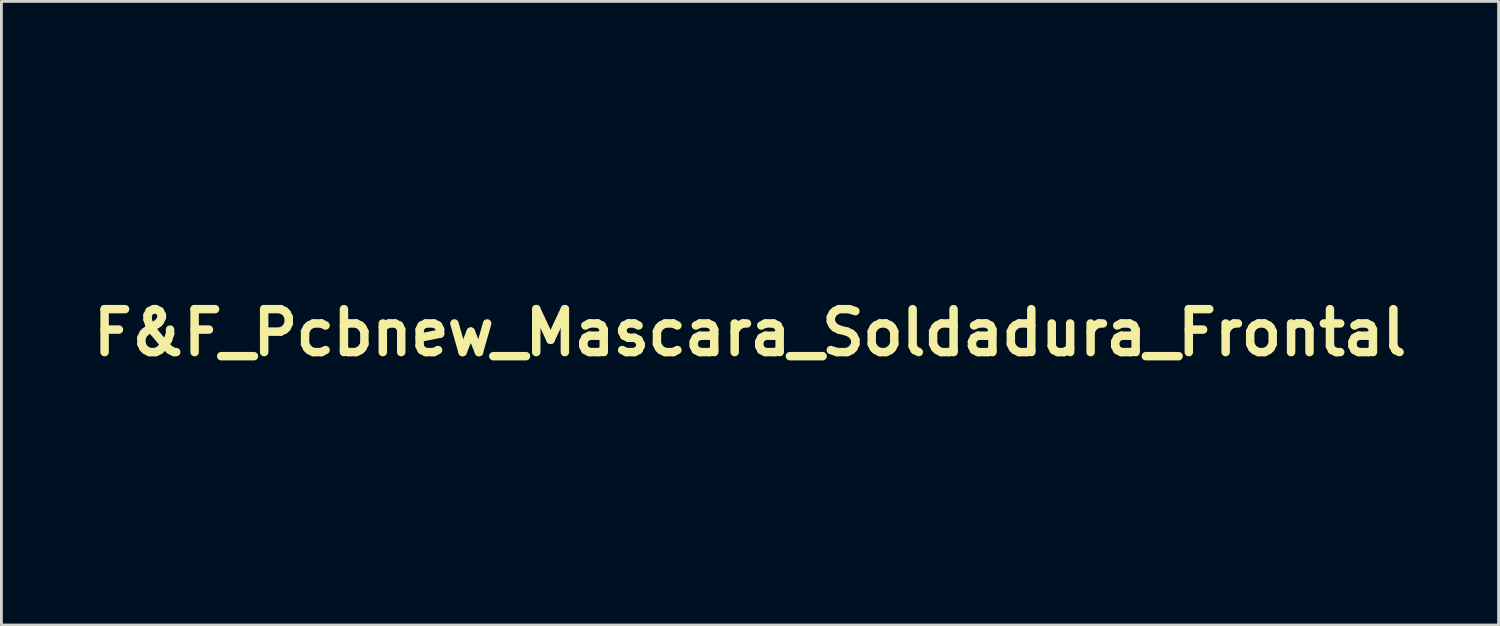
<source format=kicad_pcb>
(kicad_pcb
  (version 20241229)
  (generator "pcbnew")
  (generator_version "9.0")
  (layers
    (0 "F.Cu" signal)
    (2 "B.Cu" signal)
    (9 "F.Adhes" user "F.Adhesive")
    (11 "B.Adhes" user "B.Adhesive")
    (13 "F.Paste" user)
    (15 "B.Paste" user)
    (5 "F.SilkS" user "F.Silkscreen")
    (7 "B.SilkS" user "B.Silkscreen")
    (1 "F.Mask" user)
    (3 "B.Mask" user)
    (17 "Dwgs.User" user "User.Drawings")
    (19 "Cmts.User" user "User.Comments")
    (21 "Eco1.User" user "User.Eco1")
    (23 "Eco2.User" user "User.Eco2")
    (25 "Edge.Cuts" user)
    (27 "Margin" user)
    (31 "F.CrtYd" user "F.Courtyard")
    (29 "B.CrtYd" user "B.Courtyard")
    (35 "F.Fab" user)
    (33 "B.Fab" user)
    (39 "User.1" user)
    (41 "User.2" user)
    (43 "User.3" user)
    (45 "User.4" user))
  (footprint "F&F_Pcbnew_Mascara_Soldadura_Frontal"
    (layer "F.Cu")
    (at 23.557 8.751)
    (property "Reference" "F&F_Pcbnew_Mascara_Soldadura_Frontal" (at 0 0 0) (layer "F.SilkS") (effects (font (size 1.524 1.524) (thickness 0.3))))
    (attr through_hole)
    (fp_poly (pts (xy -1.671 5.907) (xy -1.447 5.915) (xy -1.328 5.937) (xy -1.279 5.98) (xy -1.27 6.05) (xy -1.27 6.064) (xy -1.282 6.155) (xy -1.346 6.203) (xy -1.503 6.22) (xy -1.736 6.223) (xy -2.005 6.229) (xy -2.145 6.252) (xy -2.196 6.305) (xy -2.201 6.35) (xy -2.176 6.429) (xy -2.073 6.467) (xy -1.848 6.477) (xy -1.82 6.477) (xy -1.585 6.484) (xy -1.474 6.516) (xy -1.441 6.593) (xy -1.439 6.636) (xy -1.455 6.734) (xy -1.533 6.78) (xy -1.718 6.794) (xy -1.82 6.795) (xy -2.201 6.795) (xy -2.201 7.08) (xy -2.208 7.256) (xy -2.251 7.339) (xy -2.366 7.364) (xy -2.498 7.366) (xy -2.794 7.366) (xy -2.794 5.905) (xy -2.032 5.905) (xy -1.671 5.907)) (stroke (width 0.01) (type solid)) (fill yes) (layer "F.Mask"))
    (fp_poly (pts (xy 2.477 5.907) (xy 2.701 5.915) (xy 2.821 5.937) (xy 2.869 5.98) (xy 2.879 6.05) (xy 2.879 6.064) (xy 2.867 6.155) (xy 2.803 6.203) (xy 2.646 6.22) (xy 2.413 6.223) (xy 2.144 6.229) (xy 2.004 6.252) (xy 1.952 6.305) (xy 1.947 6.35) (xy 1.972 6.429) (xy 2.076 6.467) (xy 2.301 6.477) (xy 2.328 6.477) (xy 2.563 6.484) (xy 2.675 6.516) (xy 2.708 6.593) (xy 2.709 6.636) (xy 2.694 6.734) (xy 2.616 6.78) (xy 2.431 6.794) (xy 2.328 6.795) (xy 1.947 6.795) (xy 1.947 7.08) (xy 1.941 7.256) (xy 1.898 7.339) (xy 1.783 7.364) (xy 1.651 7.366) (xy 1.355 7.366) (xy 1.355 5.905) (xy 2.117 5.905) (xy 2.477 5.907)) (stroke (width 0.01) (type solid)) (fill yes) (layer "F.Mask"))
    (fp_poly (pts (xy 0.254 5.949) (xy 0.451 6.064) (xy 0.515 6.228) (xy 0.431 6.418) (xy 0.331 6.515) (xy 0.213 6.617) (xy 0.21 6.671) (xy 0.32 6.723) (xy 0.324 6.725) (xy 0.475 6.758) (xy 0.522 6.732) (xy 0.614 6.698) (xy 0.739 6.708) (xy 0.87 6.755) (xy 0.858 6.841) (xy 0.844 6.862) (xy 0.812 6.969) (xy 0.926 7.046) (xy 0.928 7.047) (xy 1.042 7.107) (xy 1.023 7.174) (xy 0.959 7.235) (xy 0.816 7.317) (xy 0.647 7.295) (xy 0.633 7.29) (xy 0.391 7.263) (xy 0.27 7.296) (xy 0.03 7.348) (xy -0.276 7.361) (xy -0.563 7.335) (xy -0.697 7.298) (xy -0.883 7.159) (xy -0.956 6.982) (xy -0.94 6.911) (xy -0.423 6.911) (xy -0.368 7.06) (xy -0.206 7.113) (xy 0.035 7.073) (xy 0.108 7.034) (xy 0.056 6.972) (xy -0.035 6.915) (xy -0.255 6.812) (xy -0.385 6.815) (xy -0.423 6.911) (xy -0.94 6.911) (xy -0.918 6.806) (xy -0.77 6.671) (xy -0.665 6.633) (xy -0.558 6.579) (xy -0.591 6.479) (xy -0.593 6.477) (xy -0.655 6.302) (xy -0.234 6.302) (xy -0.209 6.353) (xy -0.1 6.4) (xy 0.016 6.353) (xy 0.07 6.265) (xy 0.034 6.175) (xy -0.031 6.16) (xy -0.185 6.203) (xy -0.234 6.302) (xy -0.655 6.302) (xy -0.668 6.266) (xy -0.594 6.086) (xy -0.394 5.958) (xy -0.087 5.906) (xy -0.06 5.905) (xy 0.254 5.949)) (stroke (width 0.01) (type solid)) (fill yes) (layer "F.Mask"))
    (fp_poly (pts (xy 0.535 2.072) (xy 0.84 2.215) (xy 0.977 2.302) (xy 1.284 2.505) (xy 1.494 2.633) (xy 1.635 2.695) (xy 1.732 2.702) (xy 1.815 2.665) (xy 1.848 2.642) (xy 1.939 2.536) (xy 1.89 2.428) (xy 1.773 2.345) (xy 1.701 2.334) (xy 1.614 2.306) (xy 1.609 2.286) (xy 1.66 2.226) (xy 1.79 2.255) (xy 1.947 2.349) (xy 2.093 2.528) (xy 2.087 2.711) (xy 1.946 2.879) (xy 1.684 3.014) (xy 1.368 3.088) (xy 1.078 3.1) (xy 0.735 3.075) (xy 0.401 3.02) (xy 0.137 2.945) (xy 0.035 2.893) (xy -0.07 2.835) (xy -0.181 2.85) (xy -0.322 2.922) (xy -0.568 3.006) (xy -0.912 3.064) (xy -1.284 3.089) (xy -1.616 3.076) (xy -1.776 3.045) (xy -2.094 2.901) (xy -2.257 2.716) (xy -2.286 2.572) (xy -2.246 2.405) (xy -2.103 2.308) (xy -2.077 2.299) (xy -1.91 2.272) (xy -1.795 2.3) (xy -1.781 2.366) (xy -1.812 2.396) (xy -1.859 2.386) (xy -1.863 2.362) (xy -1.924 2.318) (xy -1.99 2.327) (xy -2.085 2.411) (xy -2.115 2.548) (xy -2.07 2.67) (xy -2.03 2.699) (xy -1.918 2.692) (xy -1.73 2.633) (xy -1.53 2.549) (xy -1.379 2.464) (xy -1.339 2.426) (xy -1.262 2.361) (xy -1.102 2.252) (xy -1.031 2.207) (xy -0.786 2.094) (xy -0.532 2.037) (xy -0.319 2.041) (xy -0.212 2.096) (xy -0.099 2.125) (xy -0.000428 2.096) (xy 0.264 2.034) (xy 0.535 2.072)) (stroke (width 0.01) (type solid)) (fill yes) (layer "F.Mask"))
    (fp_poly (pts (xy 0.625 -8.459) (xy 0.928 -8.332) (xy 1.171 -8.229) (xy 1.318 -8.165) (xy 1.345 -8.152) (xy 1.336 -8.087) (xy 1.287 -7.924) (xy 1.207 -7.69) (xy 1.105 -7.415) (xy 0.994 -7.123) (xy 0.897 -6.869) (xy 0.827 -6.682) (xy 0.794 -6.594) (xy 0.814 -6.517) (xy 0.956 -6.446) (xy 1.168 -6.386) (xy 1.483 -6.285) (xy 1.867 -6.129) (xy 2.27 -5.941) (xy 2.644 -5.745) (xy 2.939 -5.566) (xy 3.048 -5.483) (xy 3.714 -4.851) (xy 4.223 -4.218) (xy 4.586 -3.568) (xy 4.815 -2.883) (xy 4.871 -2.597) (xy 4.89 -2.366) (xy 4.86 -2.156) (xy 4.767 -1.909) (xy 4.718 -1.803) (xy 4.393 -0.961) (xy 4.227 -0.132) (xy 4.22 0.678) (xy 4.372 1.459) (xy 4.683 2.205) (xy 4.688 2.215) (xy 4.893 2.592) (xy 4.188 3.042) (xy 3.833 3.264) (xy 3.584 3.406) (xy 3.424 3.473) (xy 3.336 3.473) (xy 3.303 3.411) (xy 3.301 3.381) (xy 3.266 3.265) (xy 3.177 3.082) (xy 3.09 2.931) (xy 2.966 2.716) (xy 2.873 2.522) (xy 2.84 2.431) (xy 2.795 2.297) (xy 2.755 2.236) (xy 2.715 2.248) (xy 2.71 2.359) (xy 2.739 2.545) (xy 2.798 2.782) (xy 2.881 3.044) (xy 2.962 3.286) (xy 3.021 3.491) (xy 3.048 3.618) (xy 3.048 3.628) (xy 2.991 3.728) (xy 2.851 3.866) (xy 2.677 4.004) (xy 2.515 4.102) (xy 2.434 4.127) (xy 2.418 4.066) (xy 2.404 3.894) (xy 2.392 3.625) (xy 2.382 3.275) (xy 2.375 2.859) (xy 2.372 2.393) (xy 2.372 2.175) (xy 2.373 0.222) (xy 2.564 0.476) (xy 2.71 0.689) (xy 2.895 0.991) (xy 3.102 1.352) (xy 3.314 1.74) (xy 3.417 1.937) (xy 3.495 2.071) (xy 3.544 2.12) (xy 3.552 2.107) (xy 3.534 1.989) (xy 3.48 1.785) (xy 3.4 1.527) (xy 3.306 1.245) (xy 3.209 0.971) (xy 3.117 0.735) (xy 3.043 0.569) (xy 3.005 0.508) (xy 2.9 0.392) (xy 2.77 0.223) (xy 2.639 0.038) (xy 2.53 -0.129) (xy 2.467 -0.245) (xy 2.463 -0.277) (xy 2.55 -0.318) (xy 2.737 -0.402) (xy 2.902 -0.474) (xy 3.183 -0.608) (xy 3.35 -0.739) (xy 3.446 -0.909) (xy 3.504 -1.143) (xy 3.551 -1.372) (xy 3.599 -1.586) (xy 3.609 -1.631) (xy 3.657 -1.833) (xy 3.205 -1.653) (xy 2.869 -1.518) (xy 2.489 -1.364) (xy 2.258 -1.269) (xy 1.765 -1.065) (xy 1.04 -1.648) (xy 0.452 -2.086) (xy -0.196 -2.513) (xy -0.847 -2.89) (xy -1.228 -3.085) (xy -1.264 -3.089) (xy -1.191 -3.018) (xy -1.023 -2.883) (xy -0.774 -2.697) (xy -0.659 -2.613) (xy -0.358 -2.393) (xy -0.109 -2.203) (xy 0.066 -2.062) (xy 0.146 -1.986) (xy 0.148 -1.979) (xy 0.197 -1.918) (xy 0.34 -1.792) (xy 0.552 -1.625) (xy 0.644 -1.556) (xy 0.894 -1.362) (xy 1.104 -1.186) (xy 1.238 -1.058) (xy 1.257 -1.034) (xy 1.304 -0.942) (xy 1.264 -0.871) (xy 1.11 -0.789) (xy 1.018 -0.749) (xy 0.679 -0.603) (xy 0.678 0.293) (xy 0.677 1.19) (xy 0.34 1.357) (xy 0.084 1.473) (xy -0.105 1.513) (xy -0.289 1.475) (xy -0.531 1.363) (xy -0.847 1.202) (xy -0.847 0.299) (xy -0.848 -0.603) (xy -1.103 -0.712) (xy -1.297 -0.793) (xy -1.586 -0.912) (xy -1.917 -1.047) (xy -2.013 -1.086) (xy -2.4 -1.243) (xy -2.812 -1.412) (xy -3.167 -1.558) (xy -3.201 -1.572) (xy -3.466 -1.676) (xy -3.668 -1.745) (xy -3.768 -1.766) (xy -3.771 -1.765) (xy -3.777 -1.694) (xy -3.76 -1.528) (xy -3.723 -1.301) (xy -3.709 -1.228) (xy -3.666 -1.006) (xy -3.622 -0.852) (xy -3.551 -0.739) (xy -3.425 -0.642) (xy -3.217 -0.535) (xy -2.901 -0.392) (xy -2.794 -0.344) (xy -2.498 -0.211) (xy -2.475 1.99) (xy -2.472 2.504) (xy -2.472 2.975) (xy -2.476 3.389) (xy -2.483 3.732) (xy -2.493 3.988) (xy -2.505 4.144) (xy -2.518 4.187) (xy -2.6 4.146) (xy -2.789 4.036) (xy -3.065 3.868) (xy -3.407 3.657) (xy -3.793 3.414) (xy -3.817 3.399) (xy -5.051 2.615) (xy -4.757 1.958) (xy -4.62 1.636) (xy -4.529 1.365) (xy -4.472 1.096) (xy -4.438 0.781) (xy -4.422 0.536) (xy -4.42 -0.045) (xy -4.485 -0.584) (xy -4.628 -1.129) (xy -4.856 -1.726) (xy -4.888 -1.799) (xy -4.996 -2.056) (xy -5.053 -2.244) (xy -5.065 -2.418) (xy -5.038 -2.627) (xy -5.005 -2.799) (xy -4.792 -3.511) (xy -4.449 -4.167) (xy -3.962 -4.792) (xy -3.58 -5.175) (xy -3.175 -5.497) (xy -2.678 -5.812) (xy -2.143 -6.089) (xy -1.623 -6.299) (xy -1.433 -6.357) (xy -1.173 -6.44) (xy -0.991 -6.519) (xy -0.931 -6.573) (xy -0.955 -6.661) (xy -1.02 -6.844) (xy -1.115 -7.094) (xy -1.226 -7.372) (xy -1.352 -7.701) (xy -1.43 -7.951) (xy -1.456 -8.107) (xy -1.443 -8.151) (xy -1.336 -8.207) (xy -1.12 -8.305) (xy -0.834 -8.428) (xy -0.713 -8.478) (xy -0.063 -8.746) (xy 0.625 -8.459)) (stroke (width 0.01) (type solid)) (fill yes) (layer "F.Mask")))
  (gr_rect
    (start -3 -3)
    (end 50.113 19.122)
    (stroke (width 0.1) (type default))
    (fill no)
    (layer "Edge.Cuts")))
</source>
